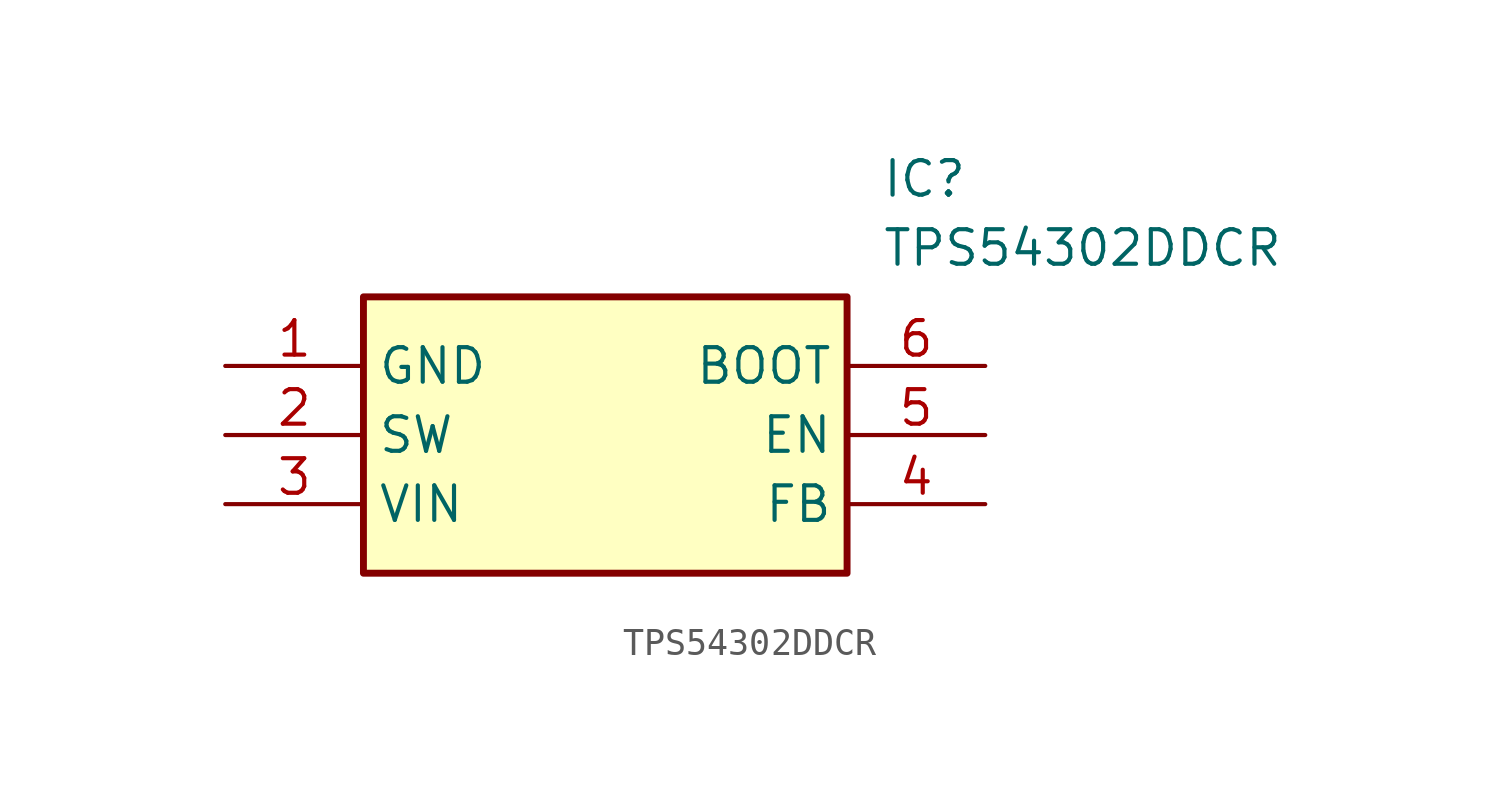
<source format=kicad_sym>
(kicad_symbol_lib
  (version 20211014)
  (generator SamacSys_ECAD_Model)
  (symbol "TPS54302DDCR"
    (property "Reference" "IC"
      (at 24.13 7.62 0)
      (effects (font (size 1.27 1.27)) (justify left top)))
    (property "Value" "TPS54302DDCR"
      (at 24.13 5.08 0)
      (effects (font (size 1.27 1.27)) (justify left top)))
    (rectangle
      (start 5.08 2.54)
      (end 22.86 -7.62)
      (stroke (width 0.254) (type default))
      (fill (type background)))
    (pin passive line
      (at 0 0 0)
      (length 5.08)
      (name "GND" (effects (font (size 1.27 1.27))))
      (number "1" (effects (font (size 1.27 1.27)))))
    (pin passive line
      (at 0 -2.54 0)
      (length 5.08)
      (name "SW" (effects (font (size 1.27 1.27))))
      (number "2" (effects (font (size 1.27 1.27)))))
    (pin passive line
      (at 0 -5.08 0)
      (length 5.08)
      (name "VIN" (effects (font (size 1.27 1.27))))
      (number "3" (effects (font (size 1.27 1.27)))))
    (pin passive line
      (at 27.94 0 180)
      (length 5.08)
      (name "BOOT" (effects (font (size 1.27 1.27))))
      (number "6" (effects (font (size 1.27 1.27)))))
    (pin passive line
      (at 27.94 -2.54 180)
      (length 5.08)
      (name "EN" (effects (font (size 1.27 1.27))))
      (number "5" (effects (font (size 1.27 1.27)))))
    (pin passive line
      (at 27.94 -5.08 180)
      (length 5.08)
      (name "FB" (effects (font (size 1.27 1.27))))
      (number "4" (effects (font (size 1.27 1.27)))))))
</source>
